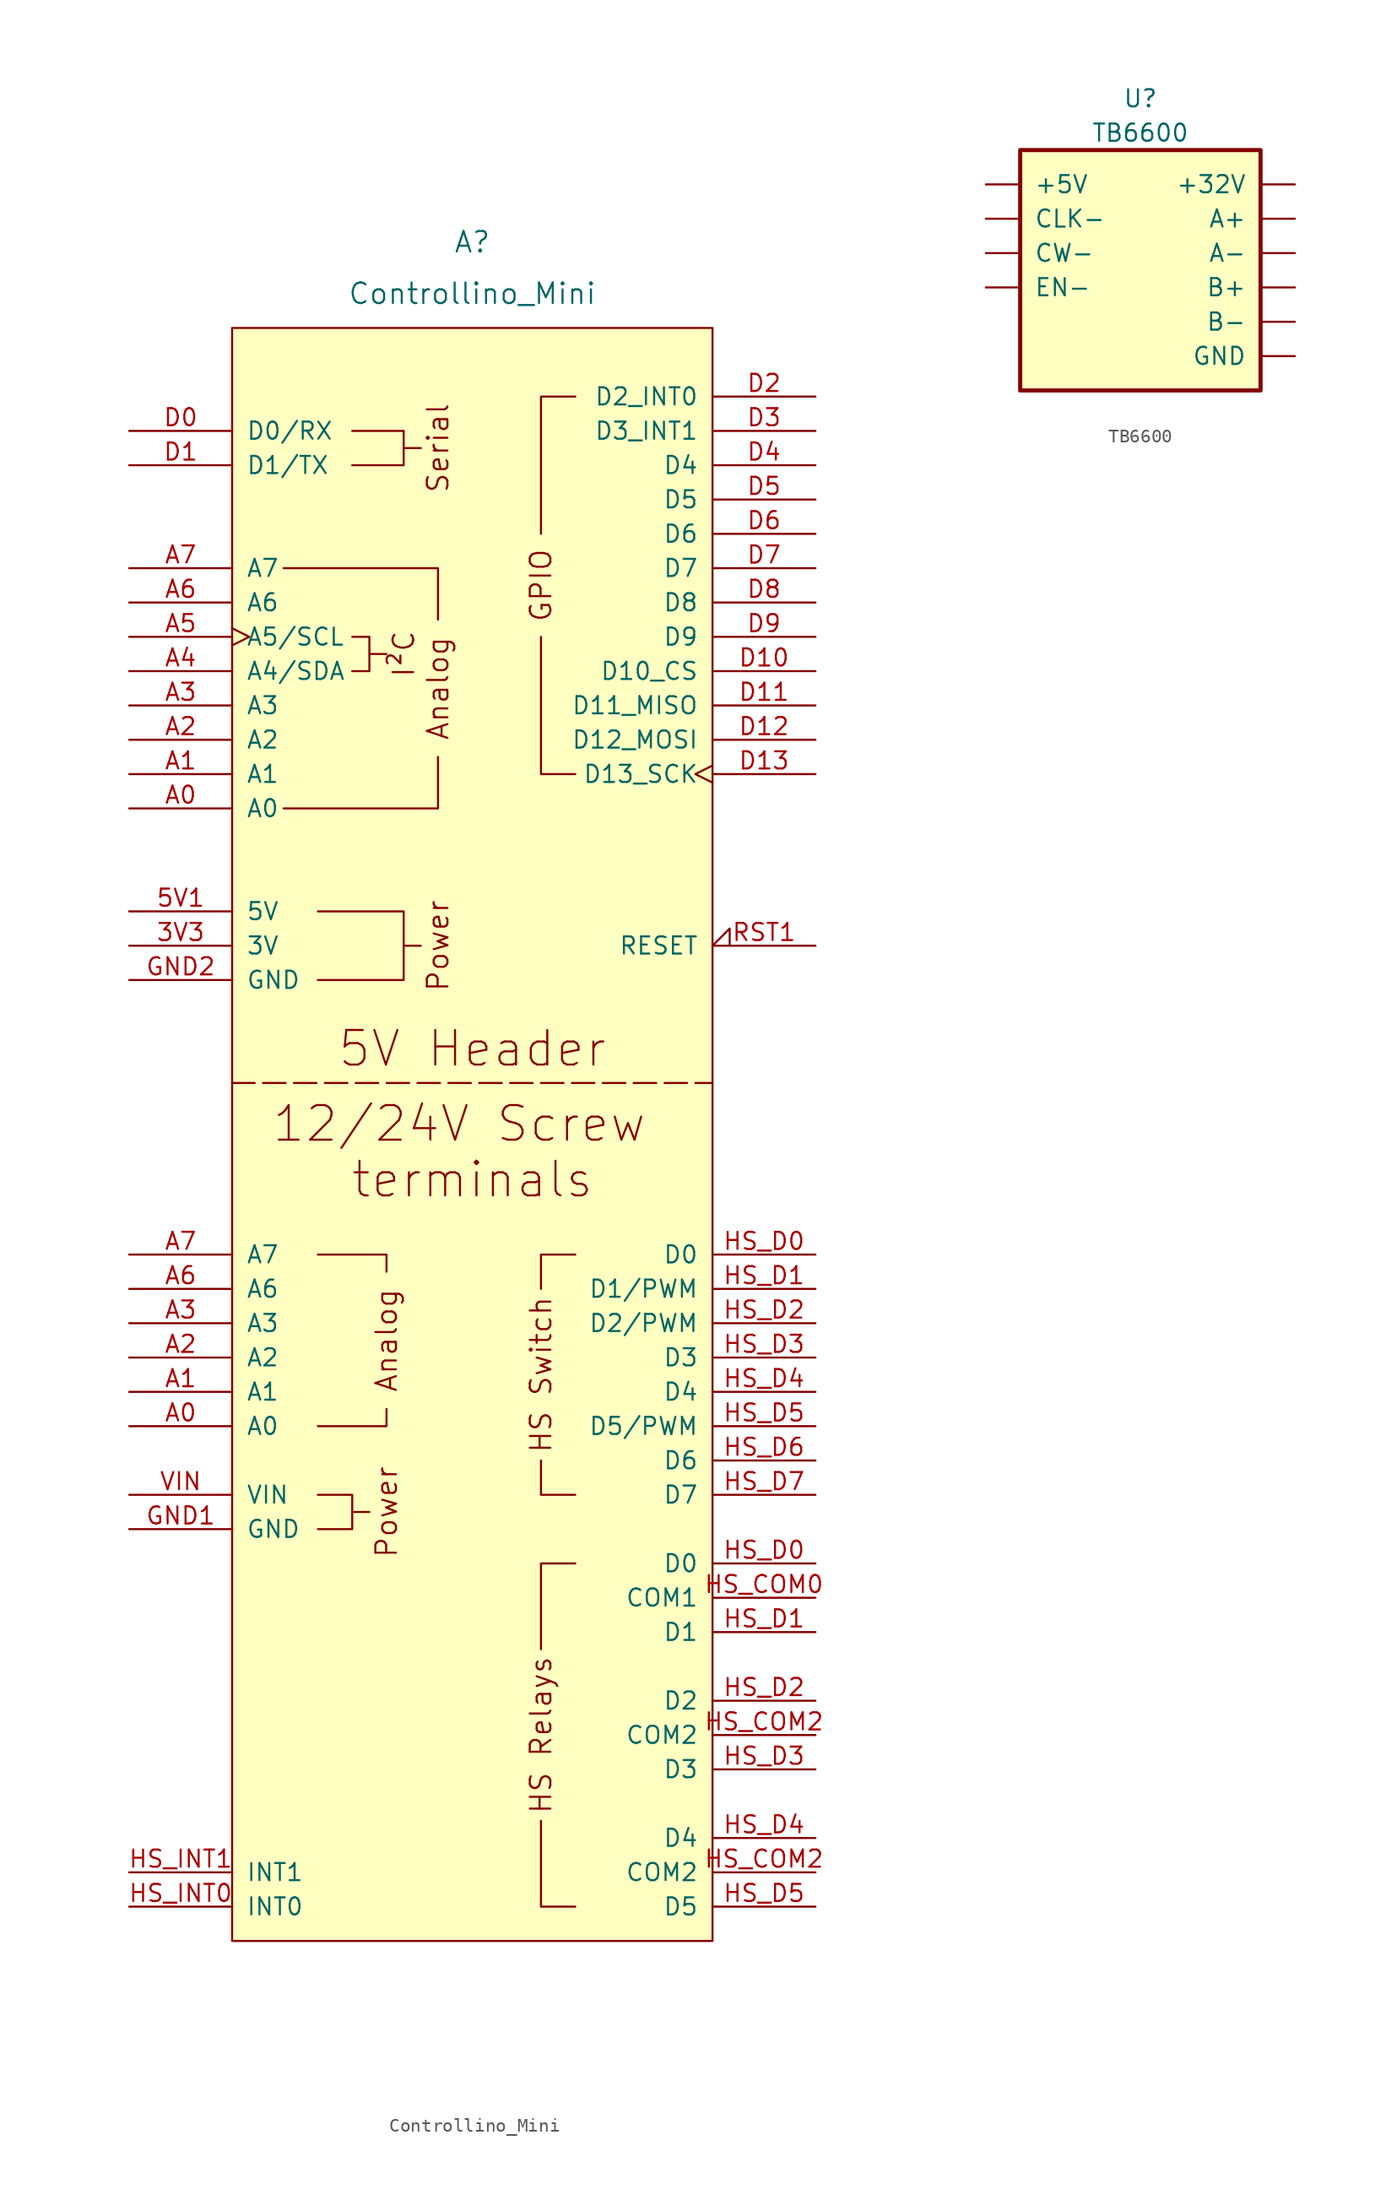
<source format=kicad_sym>
(kicad_symbol_lib
  (version 20220914)
  (generator kicad_symbol_editor)
  (symbol "Controllino_Mini"
    (pin_names
      (offset 1.016))
    (property "Reference" "A"
      (at 0 66.04 0)
      (effects (font (size 1.524 1.524))))
    (property "Value" "Controllino_Mini"
      (at 0 62.23 0)
      (effects (font (size 1.524 1.524))))
    (symbol "Controllino_Mini_0_0"
      (rectangle (start -17.78 59.69) (end 17.78 -59.69) (stroke (width 0) (type default)) (fill (type background)))
      (polyline (pts (xy -7.62 35.56) (xy -6.35 35.56)) (stroke (width 0) (type default)) (fill (type none)))
      (polyline (pts (xy -5.08 50.8) (xy -3.81 50.8)) (stroke (width 0) (type default)) (fill (type none)))
      (polyline (pts (xy -6.35 -20.32) (xy -6.35 -21.59) (xy -11.43 -21.59)) (stroke (width 0) (type default)) (fill (type none)))
      (polyline (pts (xy -6.35 -10.16) (xy -6.35 -8.89) (xy -11.43 -8.89)) (stroke (width 0) (type default)) (fill (type none)))
      (polyline (pts (xy -2.54 27.94) (xy -2.54 24.13) (xy -13.97 24.13)) (stroke (width 0) (type default)) (fill (type none)))
      (polyline (pts (xy -2.54 38.1) (xy -2.54 41.91) (xy -13.97 41.91)) (stroke (width 0) (type default)) (fill (type none)))
      (polyline (pts (xy -8.89 36.83) (xy -7.62 36.83) (xy -7.62 34.29) (xy -8.89 34.29)) (stroke (width 0) (type default)) (fill (type none)))
      (polyline (pts (xy -8.89 52.07) (xy -5.08 52.07) (xy -5.08 49.53) (xy -8.89 49.53)) (stroke (width 0) (type default)) (fill (type none)))
      (text "Analog" (at -6.35 -15.24 900) (effects (font (size 1.524 1.524))))
      (text "Analog" (at -2.54 33.02 900) (effects (font (size 1.524 1.524))))
      (text "I²C" (at -5.08 35.56 900) (effects (font (size 1.524 1.524))))
      (text "Power" (at -6.35 -27.94 900) (effects (font (size 1.524 1.524))))
      (text "Power" (at -2.54 13.97 900) (effects (font (size 1.524 1.524))))
      (text "Serial" (at -2.54 50.8 900) (effects (font (size 1.524 1.524)))))
    (symbol "Controllino_Mini_0_1"
      (polyline (pts (xy -8.89 -27.94) (xy -7.62 -27.94)) (stroke (width 0) (type default)) (fill (type none)))
      (polyline (pts (xy -5.08 13.97) (xy -3.81 13.97)) (stroke (width 0) (type default)) (fill (type none)))
      (polyline (pts (xy 7.62 -57.15) (xy 5.08 -57.15) (xy 5.08 -50.8)) (stroke (width 0) (type default)) (fill (type none)))
      (polyline (pts (xy 7.62 -31.75) (xy 5.08 -31.75) (xy 5.08 -38.1)) (stroke (width 0) (type default)) (fill (type none)))
      (polyline (pts (xy 7.62 -26.67) (xy 5.08 -26.67) (xy 5.08 -24.13)) (stroke (width 0) (type default)) (fill (type none)))
      (polyline (pts (xy 7.62 -8.89) (xy 5.08 -8.89) (xy 5.08 -11.43)) (stroke (width 0) (type default)) (fill (type none)))
      (polyline (pts (xy 7.62 26.67) (xy 5.08 26.67) (xy 5.08 36.83)) (stroke (width 0) (type default)) (fill (type none)))
      (polyline (pts (xy 7.62 54.61) (xy 5.08 54.61) (xy 5.08 44.45)) (stroke (width 0) (type default)) (fill (type none)))
      (polyline (pts (xy -11.43 -26.67) (xy -8.89 -26.67) (xy -8.89 -29.21) (xy -11.43 -29.21)) (stroke (width 0) (type default)) (fill (type none)))
      (polyline (pts (xy -11.43 11.43) (xy -5.08 11.43) (xy -5.08 16.51) (xy -11.43 16.51)) (stroke (width 0) (type default)) (fill (type none))))
    (symbol "Controllino_Mini_1_0"
      (text "GPIO" (at 5.08 40.64 900) (effects (font (size 1.524 1.524))))
      (text "HS Relays" (at 5.08 -44.45 900) (effects (font (size 1.524 1.524))))
      (text "HS Switch" (at 5.08 -17.78 900) (effects (font (size 1.524 1.524)))))
    (symbol "Controllino_Mini_1_1"
      (polyline (pts (xy -17.78 3.81) (xy 17.78 3.81)) (stroke (width 0) (type dash)) (fill (type none)))
      (text "12/24V Screw \nterminals" (at 0 -1.27 0) (effects (font (size 2.56 2.56))))
      (text "5V Header" (at 0 6.35 0) (effects (font (size 2.56 2.56))))
      (pin power_in line (at -25.4 13.97 0) (length 7.62) (name "3V" (effects (font (size 1.27 1.27)))) (number "3V3" (effects (font (size 1.27 1.27)))))
      (pin power_in line (at -25.4 16.51 0) (length 7.62) (name "5V" (effects (font (size 1.27 1.27)))) (number "5V1" (effects (font (size 1.27 1.27)))))
      (pin bidirectional line (at -25.4 -21.59 0) (length 7.62) (name "A0" (effects (font (size 1.27 1.27)))) (number "A0" (effects (font (size 1.27 1.27)))))
      (pin bidirectional line (at -25.4 24.13 0) (length 7.62) (name "A0" (effects (font (size 1.27 1.27)))) (number "A0" (effects (font (size 1.27 1.27)))))
      (pin bidirectional line (at -25.4 -19.05 0) (length 7.62) (name "A1" (effects (font (size 1.27 1.27)))) (number "A1" (effects (font (size 1.27 1.27)))))
      (pin bidirectional line (at -25.4 26.67 0) (length 7.62) (name "A1" (effects (font (size 1.27 1.27)))) (number "A1" (effects (font (size 1.27 1.27)))))
      (pin bidirectional line (at -25.4 -16.51 0) (length 7.62) (name "A2" (effects (font (size 1.27 1.27)))) (number "A2" (effects (font (size 1.27 1.27)))))
      (pin bidirectional line (at -25.4 29.21 0) (length 7.62) (name "A2" (effects (font (size 1.27 1.27)))) (number "A2" (effects (font (size 1.27 1.27)))))
      (pin bidirectional line (at -25.4 -13.97 0) (length 7.62) (name "A3" (effects (font (size 1.27 1.27)))) (number "A3" (effects (font (size 1.27 1.27)))))
      (pin bidirectional line (at -25.4 31.75 0) (length 7.62) (name "A3" (effects (font (size 1.27 1.27)))) (number "A3" (effects (font (size 1.27 1.27)))))
      (pin bidirectional line (at -25.4 34.29 0) (length 7.62) (name "A4/SDA" (effects (font (size 1.27 1.27)))) (number "A4" (effects (font (size 1.27 1.27)))))
      (pin bidirectional clock (at -25.4 36.83 0) (length 7.62) (name "A5/SCL" (effects (font (size 1.27 1.27)))) (number "A5" (effects (font (size 1.27 1.27)))))
      (pin input line (at -25.4 -11.43 0) (length 7.62) (name "A6" (effects (font (size 1.27 1.27)))) (number "A6" (effects (font (size 1.27 1.27)))))
      (pin input line (at -25.4 39.37 0) (length 7.62) (name "A6" (effects (font (size 1.27 1.27)))) (number "A6" (effects (font (size 1.27 1.27)))))
      (pin input line (at -25.4 -8.89 0) (length 7.62) (name "A7" (effects (font (size 1.27 1.27)))) (number "A7" (effects (font (size 1.27 1.27)))))
      (pin input line (at -25.4 41.91 0) (length 7.62) (name "A7" (effects (font (size 1.27 1.27)))) (number "A7" (effects (font (size 1.27 1.27)))))
      (pin bidirectional line (at -25.4 52.07 0) (length 7.62) (name "D0/RX" (effects (font (size 1.27 1.27)))) (number "D0" (effects (font (size 1.27 1.27)))))
      (pin bidirectional line (at -25.4 49.53 0) (length 7.62) (name "D1/TX" (effects (font (size 1.27 1.27)))) (number "D1" (effects (font (size 1.27 1.27)))))
      (pin bidirectional line (at 25.4 34.29 180) (length 7.62) (name "D10_CS" (effects (font (size 1.27 1.27)))) (number "D10" (effects (font (size 1.27 1.27)))))
      (pin bidirectional line (at 25.4 31.75 180) (length 7.62) (name "D11_MISO" (effects (font (size 1.27 1.27)))) (number "D11" (effects (font (size 1.27 1.27)))))
      (pin bidirectional line (at 25.4 29.21 180) (length 7.62) (name "D12_MOSI" (effects (font (size 1.27 1.27)))) (number "D12" (effects (font (size 1.27 1.27)))))
      (pin bidirectional clock (at 25.4 26.67 180) (length 7.62) (name "D13_SCK" (effects (font (size 1.27 1.27)))) (number "D13" (effects (font (size 1.27 1.27)))))
      (pin bidirectional line (at 25.4 54.61 180) (length 7.62) (name "D2_INT0" (effects (font (size 1.27 1.27)))) (number "D2" (effects (font (size 1.27 1.27)))))
      (pin bidirectional line (at 25.4 52.07 180) (length 7.62) (name "D3_INT1" (effects (font (size 1.27 1.27)))) (number "D3" (effects (font (size 1.27 1.27)))))
      (pin bidirectional line (at 25.4 49.53 180) (length 7.62) (name "D4" (effects (font (size 1.27 1.27)))) (number "D4" (effects (font (size 1.27 1.27)))))
      (pin bidirectional line (at 25.4 46.99 180) (length 7.62) (name "D5" (effects (font (size 1.27 1.27)))) (number "D5" (effects (font (size 1.27 1.27)))))
      (pin bidirectional line (at 25.4 44.45 180) (length 7.62) (name "D6" (effects (font (size 1.27 1.27)))) (number "D6" (effects (font (size 1.27 1.27)))))
      (pin bidirectional line (at 25.4 41.91 180) (length 7.62) (name "D7" (effects (font (size 1.27 1.27)))) (number "D7" (effects (font (size 1.27 1.27)))))
      (pin bidirectional line (at 25.4 39.37 180) (length 7.62) (name "D8" (effects (font (size 1.27 1.27)))) (number "D8" (effects (font (size 1.27 1.27)))))
      (pin bidirectional line (at 25.4 36.83 180) (length 7.62) (name "D9" (effects (font (size 1.27 1.27)))) (number "D9" (effects (font (size 1.27 1.27)))))
      (pin power_in line (at -25.4 -29.21 0) (length 7.62) (name "GND" (effects (font (size 1.27 1.27)))) (number "GND1" (effects (font (size 1.27 1.27)))))
      (pin power_in line (at -25.4 11.43 0) (length 7.62) (name "GND" (effects (font (size 1.27 1.27)))) (number "GND2" (effects (font (size 1.27 1.27)))))
      (pin power_in line (at 25.4 -34.29 180) (length 7.62) (name "COM1" (effects (font (size 1.27 1.27)))) (number "HS_COM0" (effects (font (size 1.27 1.27)))))
      (pin power_in line (at 25.4 -54.61 180) (length 7.62) (name "COM2" (effects (font (size 1.27 1.27)))) (number "HS_COM2" (effects (font (size 1.27 1.27)))))
      (pin power_in line (at 25.4 -44.45 180) (length 7.62) (name "COM2" (effects (font (size 1.27 1.27)))) (number "HS_COM2" (effects (font (size 1.27 1.27)))))
      (pin power_out line (at 25.4 -31.75 180) (length 7.62) (name "D0" (effects (font (size 1.27 1.27)))) (number "HS_D0" (effects (font (size 1.27 1.27)))))
      (pin bidirectional line (at 25.4 -8.89 180) (length 7.62) (name "D0" (effects (font (size 1.27 1.27)))) (number "HS_D0" (effects (font (size 1.27 1.27)))))
      (pin power_out line (at 25.4 -36.83 180) (length 7.62) (name "D1" (effects (font (size 1.27 1.27)))) (number "HS_D1" (effects (font (size 1.27 1.27)))))
      (pin bidirectional line (at 25.4 -11.43 180) (length 7.62) (name "D1/PWM" (effects (font (size 1.27 1.27)))) (number "HS_D1" (effects (font (size 1.27 1.27)))))
      (pin power_out line (at 25.4 -41.91 180) (length 7.62) (name "D2" (effects (font (size 1.27 1.27)))) (number "HS_D2" (effects (font (size 1.27 1.27)))))
      (pin bidirectional line (at 25.4 -13.97 180) (length 7.62) (name "D2/PWM" (effects (font (size 1.27 1.27)))) (number "HS_D2" (effects (font (size 1.27 1.27)))))
      (pin power_out line (at 25.4 -46.99 180) (length 7.62) (name "D3" (effects (font (size 1.27 1.27)))) (number "HS_D3" (effects (font (size 1.27 1.27)))))
      (pin bidirectional line (at 25.4 -16.51 180) (length 7.62) (name "D3" (effects (font (size 1.27 1.27)))) (number "HS_D3" (effects (font (size 1.27 1.27)))))
      (pin power_out line (at 25.4 -52.07 180) (length 7.62) (name "D4" (effects (font (size 1.27 1.27)))) (number "HS_D4" (effects (font (size 1.27 1.27)))))
      (pin bidirectional line (at 25.4 -19.05 180) (length 7.62) (name "D4" (effects (font (size 1.27 1.27)))) (number "HS_D4" (effects (font (size 1.27 1.27)))))
      (pin power_out line (at 25.4 -57.15 180) (length 7.62) (name "D5" (effects (font (size 1.27 1.27)))) (number "HS_D5" (effects (font (size 1.27 1.27)))))
      (pin bidirectional line (at 25.4 -21.59 180) (length 7.62) (name "D5/PWM" (effects (font (size 1.27 1.27)))) (number "HS_D5" (effects (font (size 1.27 1.27)))))
      (pin bidirectional line (at 25.4 -24.13 180) (length 7.62) (name "D6" (effects (font (size 1.27 1.27)))) (number "HS_D6" (effects (font (size 1.27 1.27)))))
      (pin bidirectional line (at 25.4 -26.67 180) (length 7.62) (name "D7" (effects (font (size 1.27 1.27)))) (number "HS_D7" (effects (font (size 1.27 1.27)))))
      (pin bidirectional line (at -25.4 -57.15 0) (length 7.62) (name "INT0" (effects (font (size 1.27 1.27)))) (number "HS_INT0" (effects (font (size 1.27 1.27)))))
      (pin bidirectional line (at -25.4 -54.61 0) (length 7.62) (name "INT1" (effects (font (size 1.27 1.27)))) (number "HS_INT1" (effects (font (size 1.27 1.27)))))
      (pin open_collector input_low (at 25.4 13.97 180) (length 7.62) (name "RESET" (effects (font (size 1.27 1.27)))) (number "RST1" (effects (font (size 1.27 1.27)))))
      (pin power_in line (at -25.4 -26.67 0) (length 7.62) (name "VIN" (effects (font (size 1.27 1.27)))) (number "VIN" (effects (font (size 1.27 1.27)))))))
  (symbol "TB6600"
    (pin_names
      (offset 1.016))
    (property "Reference" "U"
      (at 0 11.43 0)
      (effects (font (size 1.27 1.27))))
    (property "Value" "TB6600"
      (at 0 8.89 0)
      (effects (font (size 1.27 1.27))))
    (symbol "TB6600_0_1"
      (rectangle (start -8.89 7.62) (end 8.89 -10.16) (stroke (width 0.305) (type solid)) (fill (type background))))
    (symbol "TB6600_1_1"
      (pin power_in line (at 11.43 5.08 180) (length 2.54) (name "+32V" (effects (font (size 1.27 1.27)))) (number "~" (effects (font (size 1.27 1.27)))))
      (pin power_in line (at -11.43 5.08 0) (length 2.54) (name "+5V" (effects (font (size 1.27 1.27)))) (number "~" (effects (font (size 1.27 1.27)))))
      (pin power_out line (at 11.43 2.54 180) (length 2.54) (name "A+" (effects (font (size 1.27 1.27)))) (number "~" (effects (font (size 1.27 1.27)))))
      (pin power_out line (at 11.43 0 180) (length 2.54) (name "A-" (effects (font (size 1.27 1.27)))) (number "~" (effects (font (size 1.27 1.27)))))
      (pin power_out line (at 11.43 -2.54 180) (length 2.54) (name "B+" (effects (font (size 1.27 1.27)))) (number "~" (effects (font (size 1.27 1.27)))))
      (pin power_out line (at 11.43 -5.08 180) (length 2.54) (name "B-" (effects (font (size 1.27 1.27)))) (number "~" (effects (font (size 1.27 1.27)))))
      (pin input line (at -11.43 2.54 0) (length 2.54) (name "CLK-" (effects (font (size 1.27 1.27)))) (number "~" (effects (font (size 1.27 1.27)))))
      (pin input line (at -11.43 0 0) (length 2.54) (name "CW-" (effects (font (size 1.27 1.27)))) (number "~" (effects (font (size 1.27 1.27)))))
      (pin input line (at -11.43 -2.54 0) (length 2.54) (name "EN-" (effects (font (size 1.27 1.27)))) (number "~" (effects (font (size 1.27 1.27)))))
      (pin passive line (at 11.43 -7.62 180) (length 2.54) (name "GND" (effects (font (size 1.27 1.27)))) (number "~" (effects (font (size 1.27 1.27))))))))
</source>
